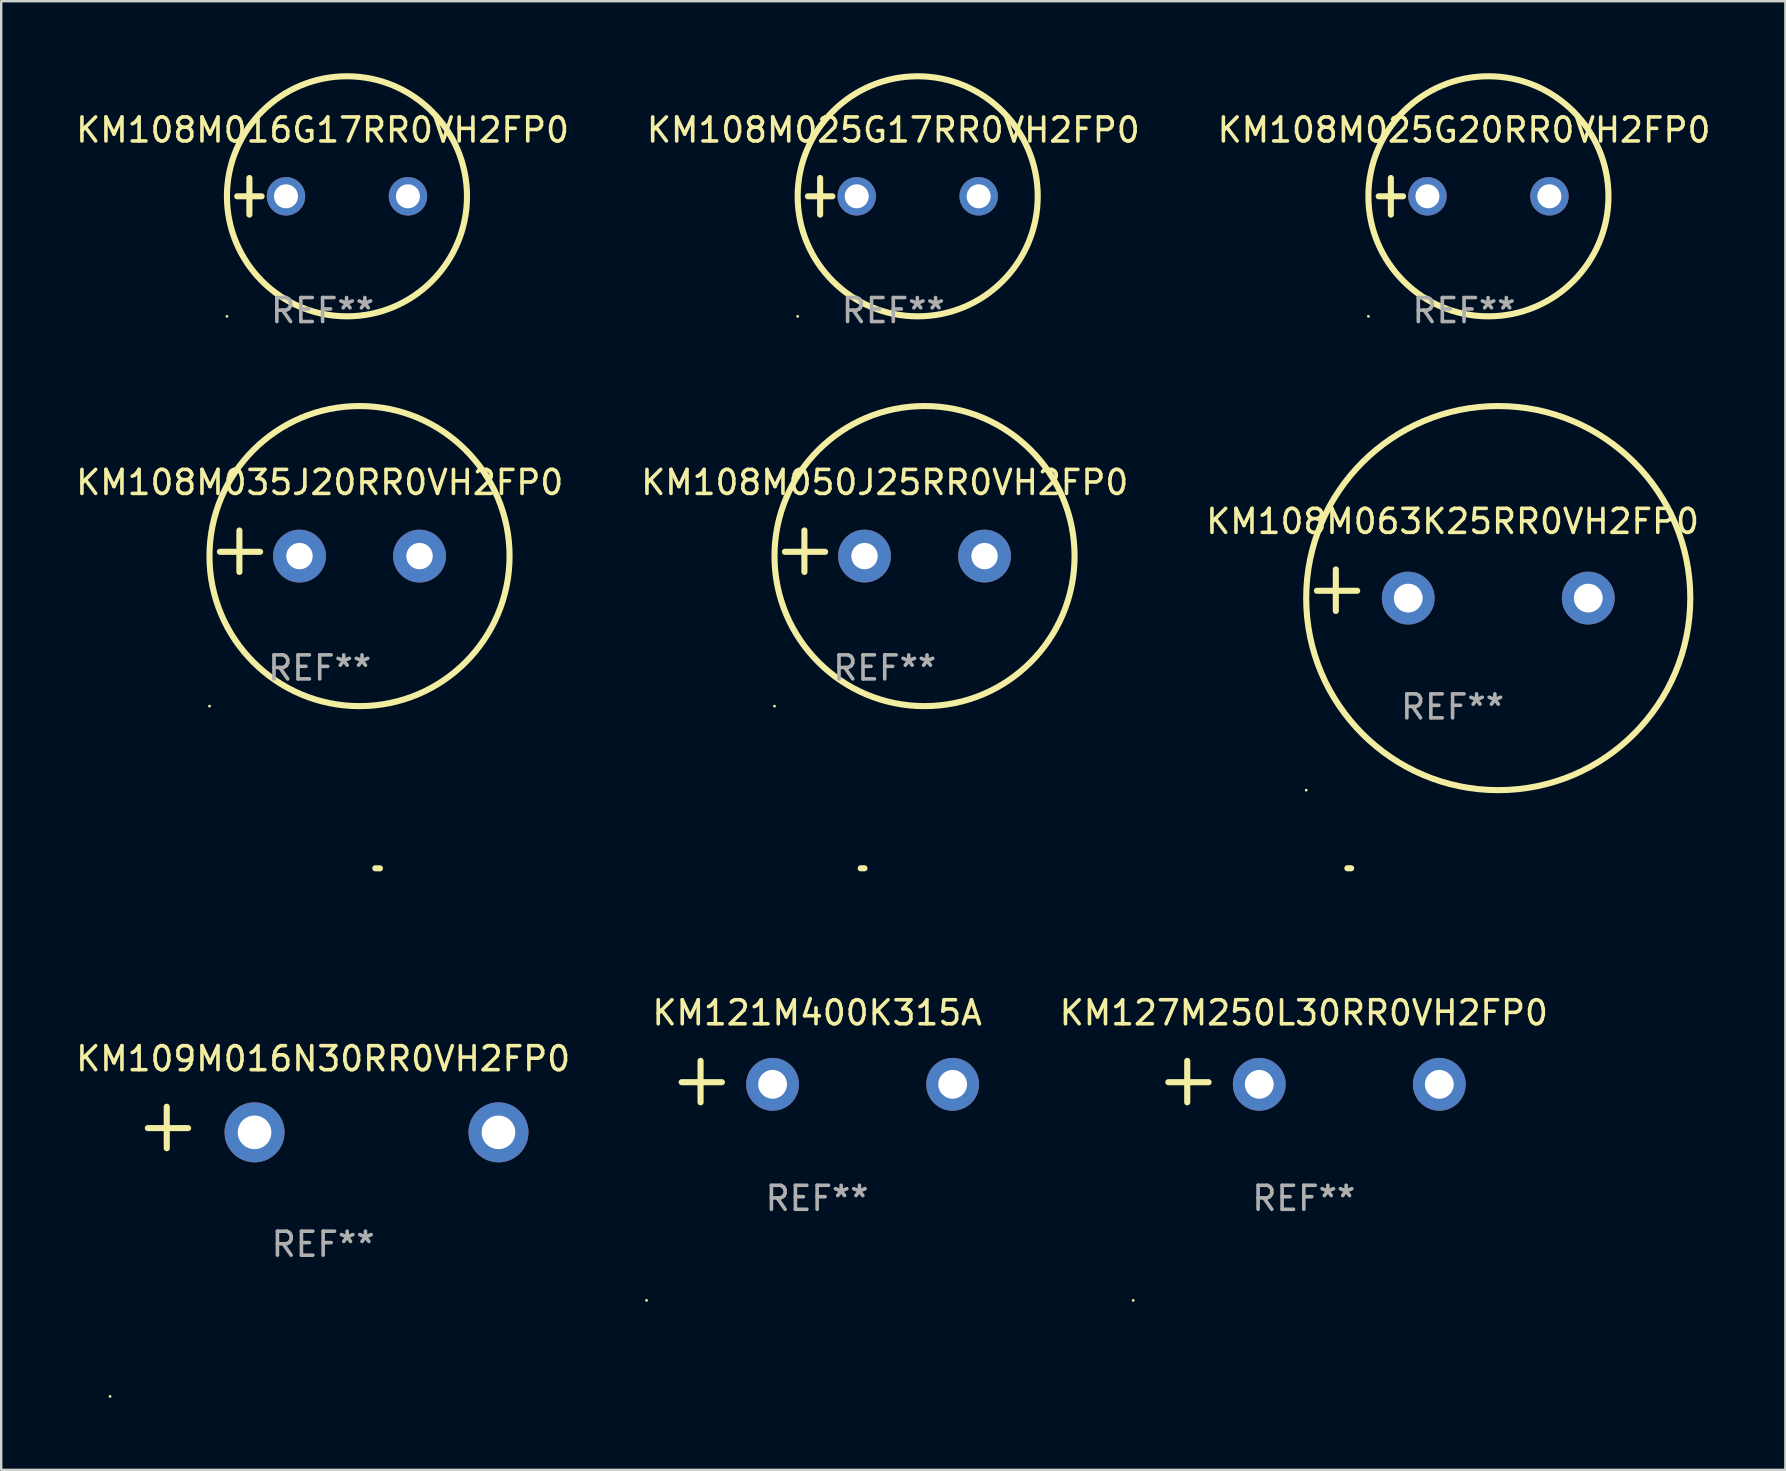
<source format=kicad_pcb>
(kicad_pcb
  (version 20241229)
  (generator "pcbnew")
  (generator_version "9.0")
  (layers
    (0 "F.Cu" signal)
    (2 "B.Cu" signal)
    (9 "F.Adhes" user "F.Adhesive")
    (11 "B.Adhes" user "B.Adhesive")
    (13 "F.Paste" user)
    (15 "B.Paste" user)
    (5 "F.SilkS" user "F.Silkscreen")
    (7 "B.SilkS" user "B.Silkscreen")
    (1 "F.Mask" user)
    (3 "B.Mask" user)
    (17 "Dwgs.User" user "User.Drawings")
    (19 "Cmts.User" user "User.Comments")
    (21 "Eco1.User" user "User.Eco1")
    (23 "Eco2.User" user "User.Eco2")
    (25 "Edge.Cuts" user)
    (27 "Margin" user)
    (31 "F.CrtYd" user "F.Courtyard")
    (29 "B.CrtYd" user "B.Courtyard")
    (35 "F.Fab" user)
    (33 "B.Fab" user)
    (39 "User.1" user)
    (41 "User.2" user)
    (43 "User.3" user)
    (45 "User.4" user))
  (footprint "KM108M050J25RR0VH2FP0"
    (layer "F.Cu")
    (at 33.804 19.911)
    (property "Reference" "KM108M050J25RR0VH2FP0" (at 0 -2.864 0) (layer "F.SilkS") (effects (font (size 1 1) (thickness 0.15))))
    (attr through_hole)
    (fp_line (start -3.346 0.864) (end -3.346 -0.864) (stroke (width 0.254) (type solid)) (layer "F.SilkS"))
    (fp_line (start -2.482 0.025) (end -4.158 0.025) (stroke (width 0.254) (type solid)) (layer "F.SilkS"))
    (fp_circle (center -4.592 6.453) (end -4.562 6.453) (stroke (width 0.06) (type solid)) (fill no) (layer "F.SilkS"))
    (fp_circle (center 1.658 0.203) (end 7.908 0.203) (stroke (width 0.254) (type solid)) (fill no) (layer "F.SilkS"))
    (fp_text user "REF**" (at 0 4.864 0) (layer "F.Fab") (effects (font (size 1 1) (thickness 0.15))))
    (pad "1" thru_hole circle (at -0.842 0.203) (size 2.2 2.2) (drill 1.1) (layers "*.Cu" "*.Mask"))
    (pad "2" thru_hole circle (at 4.158 0.203) (size 2.2 2.2) (drill 1.1) (layers "*.Cu" "*.Mask")))
  (footprint "KM108M025G20RR0VH2FP0"
    (layer "F.Cu")
    (at 57.935 5.127)
    (property "Reference" "KM108M025G20RR0VH2FP0" (at 0 -2.762 0) (layer "F.SilkS") (effects (font (size 1 1) (thickness 0.15))))
    (attr through_hole)
    (fp_line (start -3.556 0) (end -2.54 0) (stroke (width 0.254) (type solid)) (layer "F.SilkS"))
    (fp_line (start -3.048 -0.762) (end -3.048 0.762) (stroke (width 0.254) (type solid)) (layer "F.SilkS"))
    (fp_circle (center -3.984 5) (end -3.954 5) (stroke (width 0.06) (type solid)) (fill no) (layer "F.SilkS"))
    (fp_circle (center 1.016 0) (end 6.016 0) (stroke (width 0.254) (type solid)) (fill no) (layer "F.SilkS"))
    (fp_text user "REF**" (at 0 4.762 0) (layer "F.Fab") (effects (font (size 1 1) (thickness 0.15))))
    (pad "1" thru_hole circle (at -1.524 0) (size 1.6 1.6) (drill 1) (layers "*.Cu" "*.Mask"))
    (pad "2" thru_hole circle (at 3.556 0) (size 1.6 1.6) (drill 1) (layers "*.Cu" "*.Mask")))
  (footprint "KM108M063K25RR0VH2FP0"
    (layer "F.Cu")
    (at 57.458 21.534)
    (property "Reference" "KM108M063K25RR0VH2FP0" (at 0 -2.864 0) (layer "F.SilkS") (effects (font (size 1 1) (thickness 0.15))))
    (attr through_hole)
    (fp_line (start -4.864 0.864) (end -4.864 -0.864) (stroke (width 0.254) (type solid)) (layer "F.SilkS"))
    (fp_line (start -3.975 0.025) (end -5.652 0.025) (stroke (width 0.254) (type solid)) (layer "F.SilkS"))
    (fp_circle (center -6.098 8.33) (end -6.068 8.33) (stroke (width 0.06) (type solid)) (fill no) (layer "F.SilkS"))
    (fp_circle (center 1.902 0.33) (end 9.902 0.33) (stroke (width 0.254) (type solid)) (fill no) (layer "F.SilkS"))
    (fp_text user "REF**" (at 0 4.864 0) (layer "F.Fab") (effects (font (size 1 1) (thickness 0.15))))
    (pad "1" thru_hole circle (at -1.848 0.33) (size 2.2 2.2) (drill 1.2) (layers "*.Cu" "*.Mask"))
    (pad "2" thru_hole circle (at 5.652 0.33) (size 2.2 2.2) (drill 1.2) (layers "*.Cu" "*.Mask")))
  (footprint "KM121M400K315A"
    (layer "F.Cu")
    (at 30.988 42.004)
    (property "Reference" "KM121M400K315A" (at 0 -2.864 0) (layer "F.SilkS") (effects (font (size 1 1) (thickness 0.15))))
    (attr through_hole)
    (fp_line (start -4.856 0.864) (end -4.856 -0.864) (stroke (width 0.254) (type solid)) (layer "F.SilkS"))
    (fp_line (start -3.967 0.025) (end -5.644 0.025) (stroke (width 0.254) (type solid)) (layer "F.SilkS"))
    (fp_arc (start 1.815024 -8.885649) (mid 1.893764 -8.88599) (end 1.972504 -8.885649) (stroke (width 0.254001) (type solid)) (layer "F.SilkS"))
    (fp_circle (center -7.106 9.114) (end -7.076 9.114) (stroke (width 0.06) (type solid)) (fill no) (layer "F.SilkS"))
    (fp_text user "REF**" (at 0 4.864 0) (layer "F.Fab") (effects (font (size 1 1) (thickness 0.15))))
    (pad "1" thru_hole circle (at -1.856 0.114) (size 2.2 2.2) (drill 1.2) (layers "*.Cu" "*.Mask"))
    (pad "2" thru_hole circle (at 5.644 0.114) (size 2.2 2.2) (drill 1.2) (layers "*.Cu" "*.Mask")))
  (footprint "KM108M035J20RR0VH2FP0"
    (layer "F.Cu")
    (at 10.268 19.911)
    (property "Reference" "KM108M035J20RR0VH2FP0" (at 0 -2.864 0) (layer "F.SilkS") (effects (font (size 1 1) (thickness 0.15))))
    (attr through_hole)
    (fp_line (start -3.346 0.864) (end -3.346 -0.864) (stroke (width 0.254) (type solid)) (layer "F.SilkS"))
    (fp_line (start -2.482 0.025) (end -4.158 0.025) (stroke (width 0.254) (type solid)) (layer "F.SilkS"))
    (fp_circle (center -4.592 6.453) (end -4.562 6.453) (stroke (width 0.06) (type solid)) (fill no) (layer "F.SilkS"))
    (fp_circle (center 1.658 0.203) (end 7.908 0.203) (stroke (width 0.254) (type solid)) (fill no) (layer "F.SilkS"))
    (fp_text user "REF**" (at 0 4.864 0) (layer "F.Fab") (effects (font (size 1 1) (thickness 0.15))))
    (pad "1" thru_hole circle (at -0.842 0.203) (size 2.2 2.2) (drill 1.1) (layers "*.Cu" "*.Mask"))
    (pad "2" thru_hole circle (at 4.158 0.203) (size 2.2 2.2) (drill 1.1) (layers "*.Cu" "*.Mask")))
  (footprint "KM108M016G17RR0VH2FP0"
    (layer "F.Cu")
    (at 10.387 5.127)
    (property "Reference" "KM108M016G17RR0VH2FP0" (at 0 -2.762 0) (layer "F.SilkS") (effects (font (size 1 1) (thickness 0.15))))
    (attr through_hole)
    (fp_line (start -3.556 0) (end -2.54 0) (stroke (width 0.254) (type solid)) (layer "F.SilkS"))
    (fp_line (start -3.048 -0.762) (end -3.048 0.762) (stroke (width 0.254) (type solid)) (layer "F.SilkS"))
    (fp_circle (center -3.984 5) (end -3.954 5) (stroke (width 0.06) (type solid)) (fill no) (layer "F.SilkS"))
    (fp_circle (center 1.016 0) (end 6.016 0) (stroke (width 0.254) (type solid)) (fill no) (layer "F.SilkS"))
    (fp_text user "REF**" (at 0 4.762 0) (layer "F.Fab") (effects (font (size 1 1) (thickness 0.15))))
    (pad "1" thru_hole circle (at -1.524 0) (size 1.6 1.6) (drill 1) (layers "*.Cu" "*.Mask"))
    (pad "2" thru_hole circle (at 3.556 0) (size 1.6 1.6) (drill 1) (layers "*.Cu" "*.Mask")))
  (footprint "KM108M025G17RR0VH2FP0"
    (layer "F.Cu")
    (at 34.161 5.127)
    (property "Reference" "KM108M025G17RR0VH2FP0" (at 0 -2.762 0) (layer "F.SilkS") (effects (font (size 1 1) (thickness 0.15))))
    (attr through_hole)
    (fp_line (start -3.556 0) (end -2.54 0) (stroke (width 0.254) (type solid)) (layer "F.SilkS"))
    (fp_line (start -3.048 -0.762) (end -3.048 0.762) (stroke (width 0.254) (type solid)) (layer "F.SilkS"))
    (fp_circle (center -3.984 5) (end -3.954 5) (stroke (width 0.06) (type solid)) (fill no) (layer "F.SilkS"))
    (fp_circle (center 1.016 0) (end 6.016 0) (stroke (width 0.254) (type solid)) (fill no) (layer "F.SilkS"))
    (fp_text user "REF**" (at 0 4.762 0) (layer "F.Fab") (effects (font (size 1 1) (thickness 0.15))))
    (pad "1" thru_hole circle (at -1.524 0) (size 1.6 1.6) (drill 1) (layers "*.Cu" "*.Mask"))
    (pad "2" thru_hole circle (at 3.556 0) (size 1.6 1.6) (drill 1) (layers "*.Cu" "*.Mask")))
  (footprint "KM109M016N30RR0VH2FP0"
    (layer "F.Cu")
    (at 10.411 43.916)
    (property "Reference" "KM109M016N30RR0VH2FP0" (at 0 -2.864 0) (layer "F.SilkS") (effects (font (size 1 1) (thickness 0.15))))
    (attr through_hole)
    (fp_line (start -6.515 0.864) (end -6.515 -0.864) (stroke (width 0.254) (type solid)) (layer "F.SilkS"))
    (fp_line (start -5.626 0.025) (end -7.303 0.025) (stroke (width 0.254) (type solid)) (layer "F.SilkS"))
    (fp_arc (start 2.171704 -10.797562) (mid 2.268229 -10.796706) (end 2.364744 -10.795022) (stroke (width 0.254001) (type solid)) (layer "F.SilkS"))
    (fp_circle (center -8.877 11.202) (end -8.847 11.202) (stroke (width 0.06) (type solid)) (fill no) (layer "F.SilkS"))
    (fp_text user "REF**" (at 0 4.864 0) (layer "F.Fab") (effects (font (size 1 1) (thickness 0.15))))
    (pad "1" thru_hole circle (at -2.858 0.203) (size 2.5 2.5) (drill 1.4) (layers "*.Cu" "*.Mask"))
    (pad "2" thru_hole circle (at 7.303 0.203) (size 2.5 2.5) (drill 1.4) (layers "*.Cu" "*.Mask")))
  (footprint "KM127M250L30RR0VH2FP0"
    (layer "F.Cu")
    (at 51.261 42.004)
    (property "Reference" "KM127M250L30RR0VH2FP0" (at 0 -2.864 0) (layer "F.SilkS") (effects (font (size 1 1) (thickness 0.15))))
    (attr through_hole)
    (fp_line (start -4.856 0.864) (end -4.856 -0.864) (stroke (width 0.254) (type solid)) (layer "F.SilkS"))
    (fp_line (start -3.967 0.025) (end -5.644 0.025) (stroke (width 0.254) (type solid)) (layer "F.SilkS"))
    (fp_arc (start 1.815024 -8.885649) (mid 1.893764 -8.88599) (end 1.972504 -8.885649) (stroke (width 0.254001) (type solid)) (layer "F.SilkS"))
    (fp_circle (center -7.106 9.114) (end -7.076 9.114) (stroke (width 0.06) (type solid)) (fill no) (layer "F.SilkS"))
    (fp_text user "REF**" (at 0 4.864 0) (layer "F.Fab") (effects (font (size 1 1) (thickness 0.15))))
    (pad "1" thru_hole circle (at -1.856 0.114) (size 2.2 2.2) (drill 1.2) (layers "*.Cu" "*.Mask"))
    (pad "2" thru_hole circle (at 5.644 0.114) (size 2.2 2.2) (drill 1.2) (layers "*.Cu" "*.Mask")))
  (gr_rect
    (start -3 -3)
    (end 71.321 58.178)
    (stroke (width 0.1) (type default))
    (fill no)
    (layer "Edge.Cuts")))
</source>
